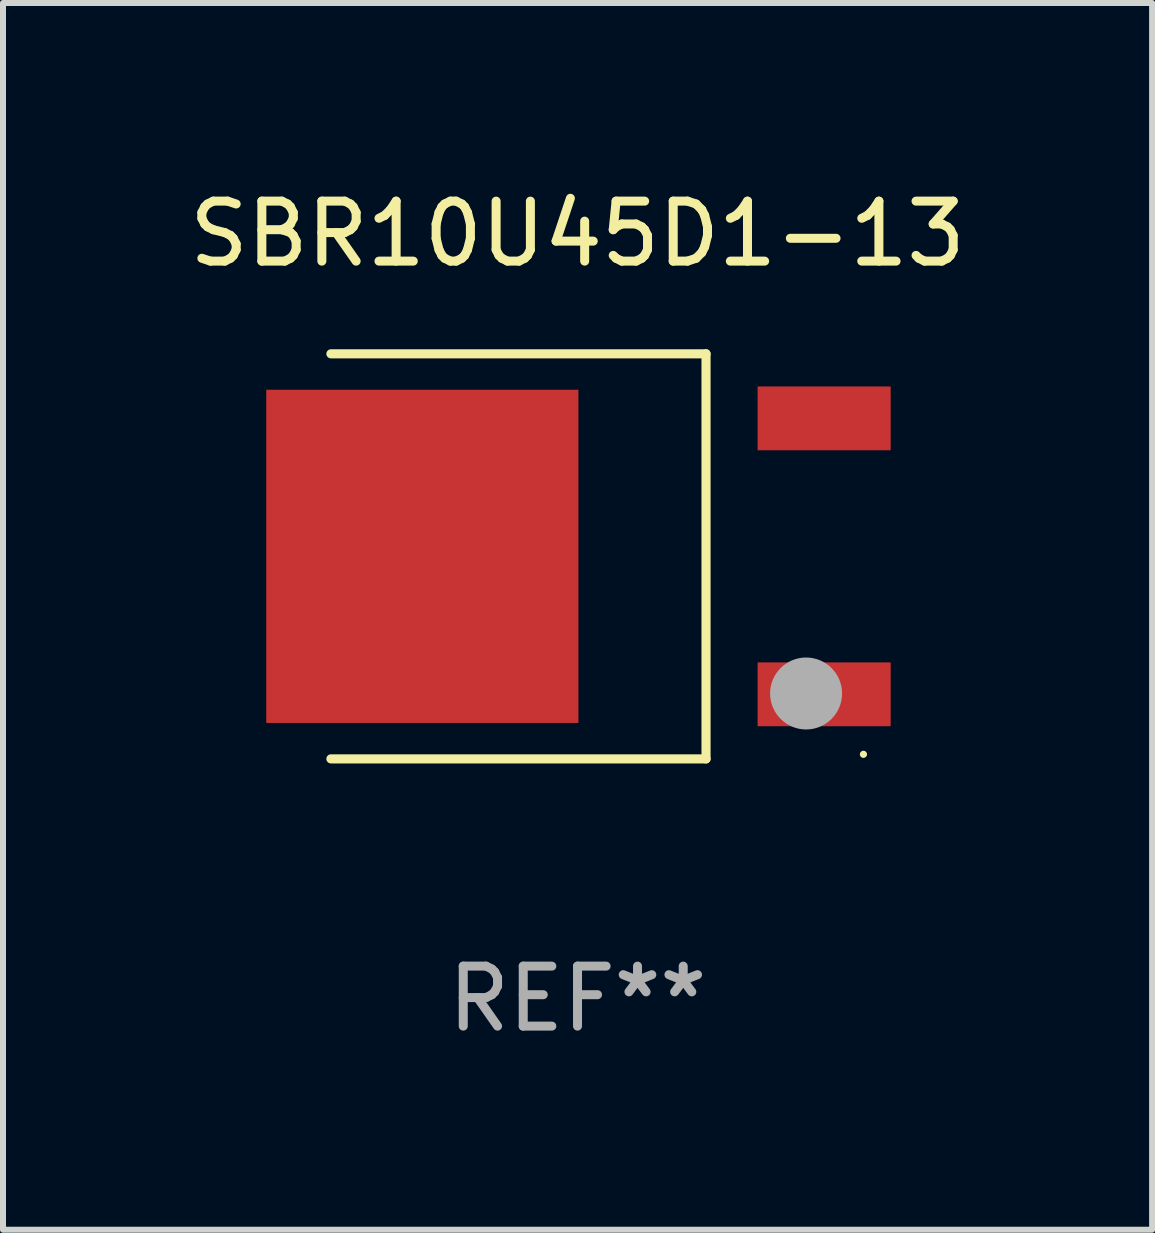
<source format=kicad_pcb>
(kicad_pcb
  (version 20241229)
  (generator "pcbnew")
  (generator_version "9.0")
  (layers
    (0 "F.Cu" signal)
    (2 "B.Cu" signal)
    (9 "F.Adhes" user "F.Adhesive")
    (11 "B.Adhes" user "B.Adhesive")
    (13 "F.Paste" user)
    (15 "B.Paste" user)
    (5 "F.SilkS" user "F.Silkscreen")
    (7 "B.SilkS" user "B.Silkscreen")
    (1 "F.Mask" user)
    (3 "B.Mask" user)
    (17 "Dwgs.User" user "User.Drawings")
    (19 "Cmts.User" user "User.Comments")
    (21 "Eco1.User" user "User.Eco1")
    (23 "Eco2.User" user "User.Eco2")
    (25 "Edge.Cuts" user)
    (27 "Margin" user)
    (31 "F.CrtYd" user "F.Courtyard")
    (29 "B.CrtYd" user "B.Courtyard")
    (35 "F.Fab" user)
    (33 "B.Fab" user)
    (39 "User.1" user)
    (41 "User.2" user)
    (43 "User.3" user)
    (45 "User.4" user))
  (footprint "SBR10U45D1-13"
    (layer "F.Cu")
    (at 6.577 6.224)
    (property "Reference" "SBR10U45D1-13" (at 0 -5.376 0) (layer "F.SilkS") (effects (font (size 1 1) (thickness 0.15))))
    (attr through_hole)
    (fp_line (start -4.111 -3.376) (end 2.142 -3.376) (stroke (width 0.152) (type solid)) (layer "F.SilkS"))
    (fp_line (start -4.111 3.376) (end 2.142 3.376) (stroke (width 0.152) (type solid)) (layer "F.SilkS"))
    (fp_line (start 2.142 3.376) (end 2.142 -3.376) (stroke (width 0.152) (type solid)) (layer "F.SilkS"))
    (fp_circle (center 4.766 3.3) (end 4.796 3.3) (stroke (width 0.06) (type solid)) (fill no) (layer "F.SilkS"))
    (fp_circle (center 3.81 2.286) (end 4.11 2.286) (stroke (width 0.6) (type solid)) (fill no) (layer "F.Fab"))
    (fp_text user "REF**" (at 0 7.376 0) (layer "F.Fab") (effects (font (size 1 1) (thickness 0.15))))
    (pad "1" smd rect (at 4.111 2.3) (size 2.218 1.064) (layers "F.Cu" "F.Mask" "F.Paste"))
    (pad "2" smd rect (at -2.587 0) (size 5.204 5.554) (layers "F.Cu" "F.Mask" "F.Paste"))
    (pad "3" smd rect (at 4.111 -2.3) (size 2.218 1.064) (layers "F.Cu" "F.Mask" "F.Paste")))
  (gr_rect
    (start -3 -3)
    (end 16.155 17.449)
    (stroke (width 0.1) (type default))
    (fill no)
    (layer "Edge.Cuts")))
</source>
